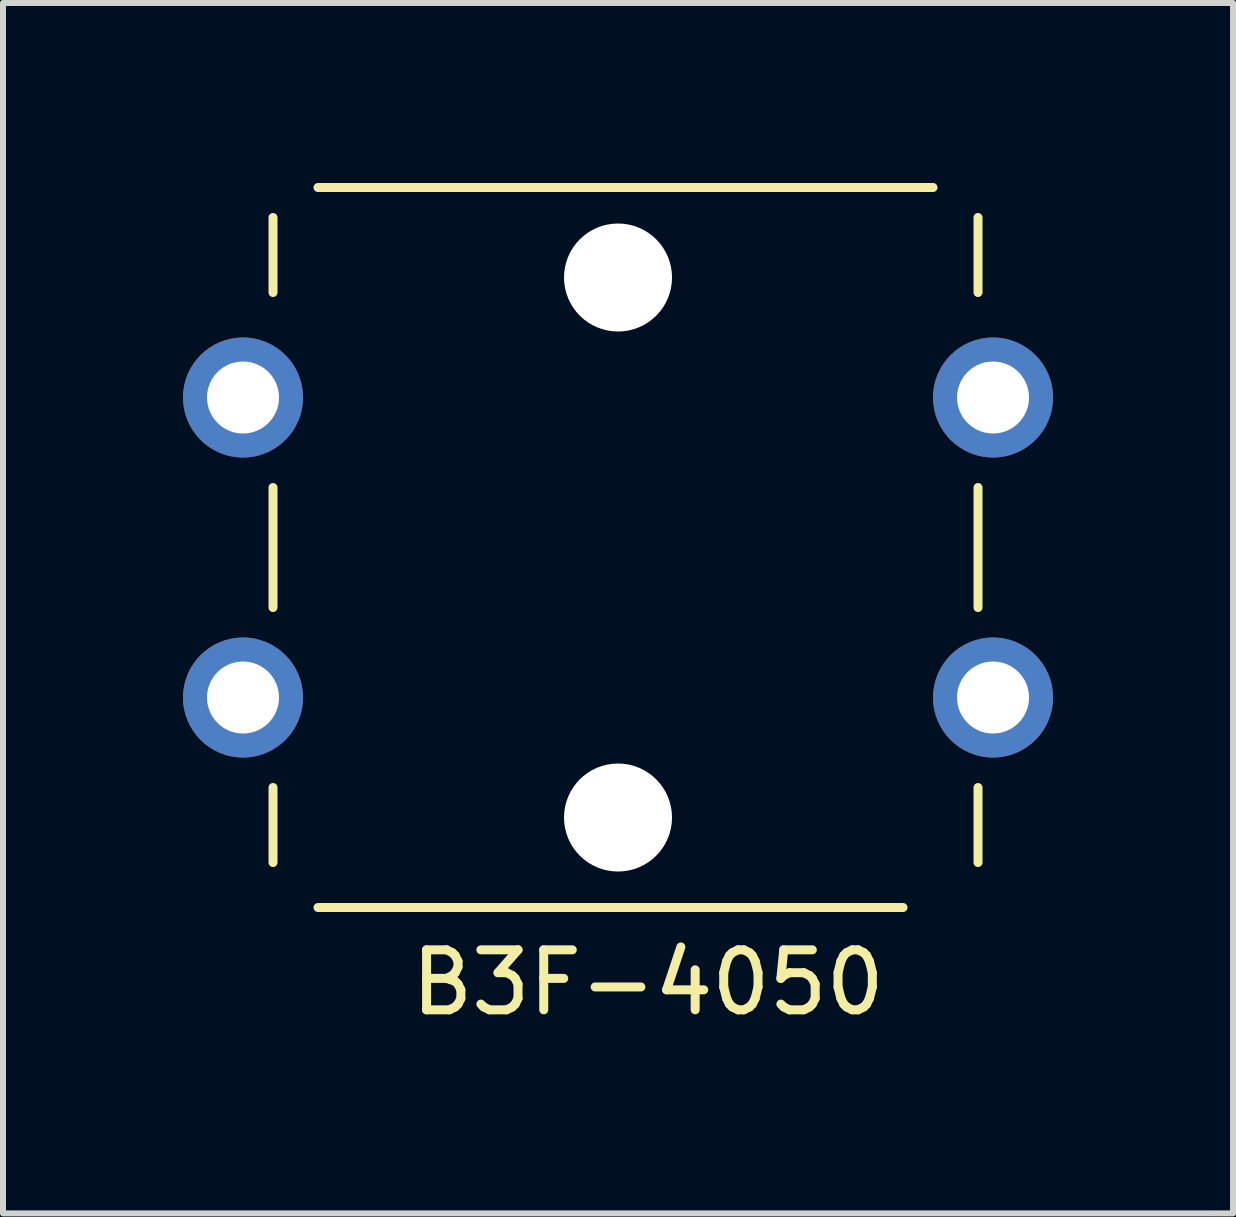
<source format=kicad_pcb>
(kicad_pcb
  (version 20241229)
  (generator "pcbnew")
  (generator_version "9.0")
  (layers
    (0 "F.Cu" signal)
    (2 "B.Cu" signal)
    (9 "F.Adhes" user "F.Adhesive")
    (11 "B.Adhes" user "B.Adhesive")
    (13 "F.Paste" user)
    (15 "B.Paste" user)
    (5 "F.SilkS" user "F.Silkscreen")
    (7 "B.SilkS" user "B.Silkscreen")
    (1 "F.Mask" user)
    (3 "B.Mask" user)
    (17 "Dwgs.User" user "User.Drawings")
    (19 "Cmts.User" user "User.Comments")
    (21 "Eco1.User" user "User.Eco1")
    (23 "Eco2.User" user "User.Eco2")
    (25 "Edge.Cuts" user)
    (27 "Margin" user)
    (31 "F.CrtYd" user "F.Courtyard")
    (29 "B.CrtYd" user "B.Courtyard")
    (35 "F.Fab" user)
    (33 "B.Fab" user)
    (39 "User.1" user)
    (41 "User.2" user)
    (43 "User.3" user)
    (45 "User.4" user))
  (footprint "B3F-4050"
    (layer "F.Cu")
    (at 7.25 6.075)
    (property "Reference" "B3F-4050" (at 0.5 7.25 0) (layer "F.SilkS") (effects (font (size 1 1) (thickness 0.15))))
    (attr through_hole)
    (fp_line (start -5.75 -5.5) (end -5.75 -4.25) (stroke (width 0.15) (type solid)) (layer "F.SilkS"))
    (fp_line (start -5.75 -1) (end -5.75 1) (stroke (width 0.15) (type solid)) (layer "F.SilkS"))
    (fp_line (start -5.75 4) (end -5.75 5.25) (stroke (width 0.15) (type solid)) (layer "F.SilkS"))
    (fp_line (start -5 -6) (end 5.25 -6) (stroke (width 0.15) (type solid)) (layer "F.SilkS"))
    (fp_line (start 4.75 6) (end -5 6) (stroke (width 0.15) (type solid)) (layer "F.SilkS"))
    (fp_line (start 6 -5.5) (end 6 -4.25) (stroke (width 0.15) (type solid)) (layer "F.SilkS"))
    (fp_line (start 6 -1) (end 6 1) (stroke (width 0.15) (type solid)) (layer "F.SilkS"))
    (fp_line (start 6 4) (end 6 5.25) (stroke (width 0.15) (type solid)) (layer "F.SilkS"))
    (pad "" np_thru_hole circle (at 0 -4.5) (size 1.8 1.8) (drill 1.8) (layers "*.Cu" "*.Mask"))
    (pad "" np_thru_hole circle (at 0 4.5) (size 1.8 1.8) (drill 1.8) (layers "*.Cu" "*.Mask"))
    (pad "1" thru_hole circle (at -6.25 -2.5) (size 2 2) (drill 1.2) (layers "*.Cu" "*.Mask"))
    (pad "2" thru_hole circle (at -6.25 2.5) (size 2 2) (drill 1.2) (layers "*.Cu" "*.Mask"))
    (pad "3" thru_hole circle (at 6.25 -2.5) (size 2 2) (drill 1.2) (layers "*.Cu" "*.Mask"))
    (pad "4" thru_hole circle (at 6.25 2.5) (size 2 2) (drill 1.2) (layers "*.Cu" "*.Mask")))
  (gr_rect
    (start -3 -3)
    (end 17.5 17.173)
    (stroke (width 0.1) (type default))
    (fill no)
    (layer "Edge.Cuts")))
</source>
